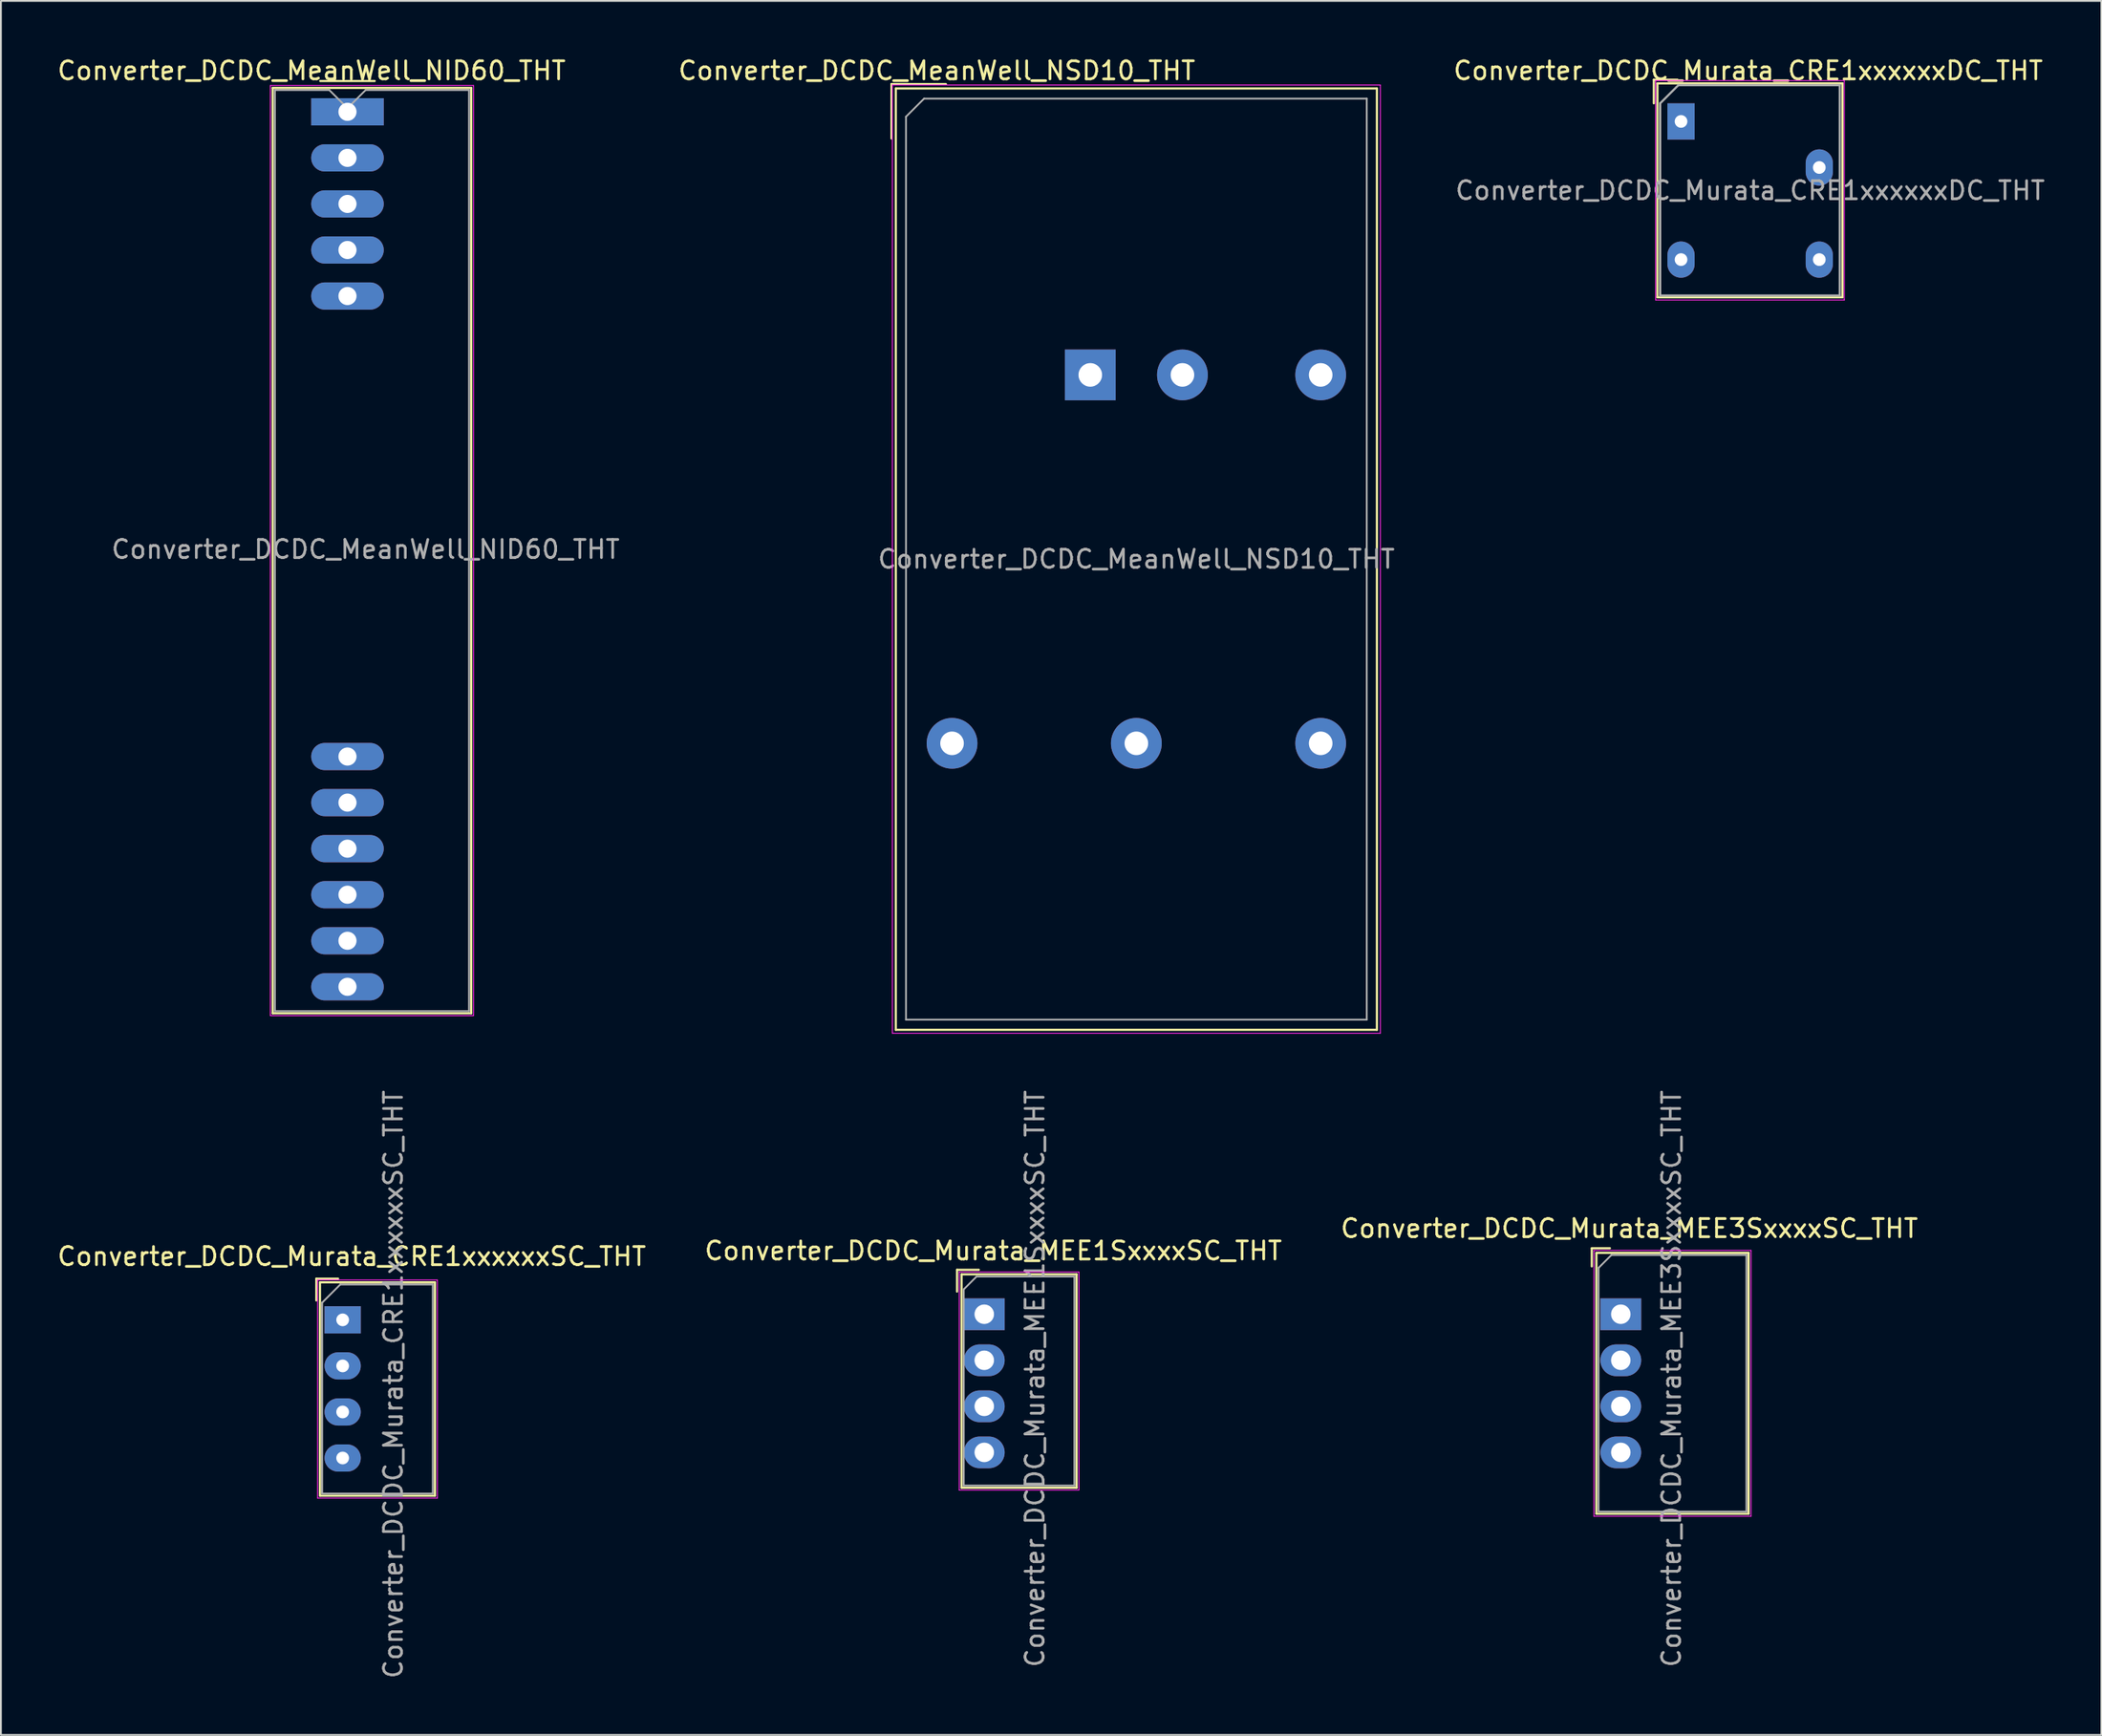
<source format=kicad_pcb>
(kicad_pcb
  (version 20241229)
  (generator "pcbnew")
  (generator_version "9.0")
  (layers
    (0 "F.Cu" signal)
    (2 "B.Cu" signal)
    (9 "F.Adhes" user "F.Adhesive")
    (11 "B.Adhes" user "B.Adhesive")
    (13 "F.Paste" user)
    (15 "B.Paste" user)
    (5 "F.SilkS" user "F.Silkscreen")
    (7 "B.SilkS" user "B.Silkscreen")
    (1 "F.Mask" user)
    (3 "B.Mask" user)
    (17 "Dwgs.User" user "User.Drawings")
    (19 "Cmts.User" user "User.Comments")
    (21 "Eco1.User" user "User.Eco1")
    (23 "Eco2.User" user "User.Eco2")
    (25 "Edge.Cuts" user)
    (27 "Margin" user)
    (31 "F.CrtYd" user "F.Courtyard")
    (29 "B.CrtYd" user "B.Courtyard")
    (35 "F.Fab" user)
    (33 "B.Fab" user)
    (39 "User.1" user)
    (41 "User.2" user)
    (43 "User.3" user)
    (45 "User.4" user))
  (footprint "Converter_DCDC_MeanWell_NID60_THT"
    (layer "F.Cu")
    (at 16.105 3.118)
    (property "Reference" "Converter_DCDC_MeanWell_NID60_THT" (at -1.98 -2.27 0) (layer "F.SilkS") (effects (font (size 1 1) (thickness 0.15))))
    (attr through_hole)
    (fp_line (start -4.12 -1.32) (end 6.82 -1.32) (stroke (width 0.12) (type solid)) (layer "F.SilkS"))
    (fp_line (start -4.12 49.72) (end -4.12 -1.32) (stroke (width 0.12) (type solid)) (layer "F.SilkS"))
    (fp_line (start 1.5 -1.7) (end -1.5 -1.7) (stroke (width 0.12) (type solid)) (layer "F.SilkS"))
    (fp_line (start 6.82 -1.32) (end 6.82 49.72) (stroke (width 0.12) (type solid)) (layer "F.SilkS"))
    (fp_line (start 6.82 49.72) (end -4.12 49.72) (stroke (width 0.12) (type solid)) (layer "F.SilkS"))
    (fp_line (start -4.25 -1.45) (end -4.25 49.85) (stroke (width 0.05) (type solid)) (layer "F.CrtYd"))
    (fp_line (start -4.25 -1.45) (end 6.95 -1.45) (stroke (width 0.05) (type solid)) (layer "F.CrtYd"))
    (fp_line (start -4.25 49.85) (end 6.95 49.85) (stroke (width 0.05) (type solid)) (layer "F.CrtYd"))
    (fp_line (start 6.95 -1.45) (end 6.95 49.85) (stroke (width 0.05) (type solid)) (layer "F.CrtYd"))
    (fp_line (start -4 49.6) (end -4 -1.2) (stroke (width 0.1) (type solid)) (layer "F.Fab"))
    (fp_line (start -1 -1.2) (end -4 -1.2) (stroke (width 0.1) (type solid)) (layer "F.Fab"))
    (fp_line (start -1 -1.2) (end 0 -0.2) (stroke (width 0.1) (type solid)) (layer "F.Fab"))
    (fp_line (start 0 -0.2) (end 1 -1.2) (stroke (width 0.1) (type solid)) (layer "F.Fab"))
    (fp_line (start 1 -1.2) (end 6.7 -1.2) (stroke (width 0.1) (type solid)) (layer "F.Fab"))
    (fp_line (start 6.7 -1.2) (end 6.7 49.6) (stroke (width 0.1) (type solid)) (layer "F.Fab"))
    (fp_line (start 6.7 49.6) (end -4 49.6) (stroke (width 0.1) (type solid)) (layer "F.Fab"))
    (fp_text user "${REFERENCE}" (at 1 24.13 0) (layer "F.Fab") (effects (font (size 1 1) (thickness 0.15))))
    (pad "1" thru_hole rect (at 0 0) (size 4 1.5) (drill 1) (layers "*.Cu" "*.Mask"))
    (pad "2" thru_hole oval (at 0 2.54) (size 4 1.5) (drill 1) (layers "*.Cu" "*.Mask"))
    (pad "3" thru_hole oval (at 0 5.08) (size 4 1.5) (drill 1) (layers "*.Cu" "*.Mask"))
    (pad "4" thru_hole oval (at 0 7.62) (size 4 1.5) (drill 1) (layers "*.Cu" "*.Mask"))
    (pad "5" thru_hole oval (at 0 10.16) (size 4 1.5) (drill 1) (layers "*.Cu" "*.Mask"))
    (pad "6" thru_hole oval (at 0 35.56) (size 4 1.5) (drill 1) (layers "*.Cu" "*.Mask"))
    (pad "7" thru_hole oval (at 0 38.1) (size 4 1.5) (drill 1) (layers "*.Cu" "*.Mask"))
    (pad "8" thru_hole oval (at 0 40.64) (size 4 1.5) (drill 1) (layers "*.Cu" "*.Mask"))
    (pad "9" thru_hole oval (at 0 43.18) (size 4 1.5) (drill 1) (layers "*.Cu" "*.Mask"))
    (pad "10" thru_hole oval (at 0 45.72) (size 4 1.5) (drill 1) (layers "*.Cu" "*.Mask"))
    (pad "11" thru_hole oval (at 0 48.26) (size 4 1.5) (drill 1) (layers "*.Cu" "*.Mask")))
  (footprint "Converter_DCDC_MeanWell_NSD10_THT"
    (layer "F.Cu")
    (at 57.053 17.628)
    (property "Reference" "Converter_DCDC_MeanWell_NSD10_THT" (at -8.46 -16.78 0) (layer "F.SilkS") (effects (font (size 1 1) (thickness 0.15))))
    (attr through_hole)
    (fp_line (start -10.96 -16.04) (end -7.96 -16.04) (stroke (width 0.12) (type solid)) (layer "F.SilkS"))
    (fp_line (start -10.96 -13.04) (end -10.96 -16.04) (stroke (width 0.12) (type solid)) (layer "F.SilkS"))
    (fp_line (start -10.72 -15.8) (end -10.72 36.12) (stroke (width 0.12) (type solid)) (layer "F.SilkS"))
    (fp_line (start -10.72 -15.8) (end 15.8 -15.8) (stroke (width 0.12) (type solid)) (layer "F.SilkS"))
    (fp_line (start -10.72 36.12) (end 15.8 36.12) (stroke (width 0.12) (type solid)) (layer "F.SilkS"))
    (fp_line (start 15.8 -15.8) (end 15.8 36.12) (stroke (width 0.12) (type solid)) (layer "F.SilkS"))
    (fp_line (start -10.91 -15.99) (end -10.91 36.31) (stroke (width 0.05) (type solid)) (layer "F.CrtYd"))
    (fp_line (start -10.91 -15.99) (end 15.99 -15.99) (stroke (width 0.05) (type solid)) (layer "F.CrtYd"))
    (fp_line (start -10.91 36.31) (end 15.99 36.31) (stroke (width 0.05) (type solid)) (layer "F.CrtYd"))
    (fp_line (start 15.99 -15.99) (end 15.99 36.31) (stroke (width 0.05) (type solid)) (layer "F.CrtYd"))
    (fp_line (start -10.16 -14.24) (end -9.16 -15.24) (stroke (width 0.1) (type solid)) (layer "F.Fab"))
    (fp_line (start -10.16 35.56) (end -10.16 -14.24) (stroke (width 0.1) (type solid)) (layer "F.Fab"))
    (fp_line (start -9.16 -15.24) (end 15.24 -15.24) (stroke (width 0.1) (type solid)) (layer "F.Fab"))
    (fp_line (start 15.24 -15.24) (end 15.24 35.56) (stroke (width 0.1) (type solid)) (layer "F.Fab"))
    (fp_line (start 15.24 35.56) (end -10.16 35.56) (stroke (width 0.1) (type solid)) (layer "F.Fab"))
    (fp_text user "${REFERENCE}" (at 2.54 10.16 0) (layer "F.Fab") (effects (font (size 1 1) (thickness 0.15))))
    (pad "1" thru_hole rect (at 0 0) (size 2.8 2.8) (drill 1.3) (layers "*.Cu" "*.Mask"))
    (pad "2" thru_hole circle (at 5.08 0) (size 2.8 2.8) (drill 1.3) (layers "*.Cu" "*.Mask"))
    (pad "3" thru_hole circle (at -7.62 20.32) (size 2.8 2.8) (drill 1.3) (layers "*.Cu" "*.Mask"))
    (pad "4" thru_hole circle (at 2.54 20.32) (size 2.8 2.8) (drill 1.3) (layers "*.Cu" "*.Mask"))
    (pad "5" thru_hole circle (at 12.7 20.32) (size 2.8 2.8) (drill 1.3) (layers "*.Cu" "*.Mask"))
    (pad "6" thru_hole circle (at 12.7 0) (size 2.8 2.8) (drill 1.3) (layers "*.Cu" "*.Mask")))
  (footprint "Converter_DCDC_Murata_MEE3SxxxxSC_THT"
    (layer "F.Cu")
    (at 86.298 69.437)
    (property "Reference" "Converter_DCDC_Murata_MEE3SxxxxSC_THT" (at 0.47 -4.73 180) (layer "F.SilkS") (effects (font (size 1 1) (thickness 0.15))))
    (attr through_hole)
    (fp_line (start -1.6 -3.64) (end -1.6 -2.64) (stroke (width 0.12) (type solid)) (layer "F.SilkS"))
    (fp_line (start -1.345 -3.385) (end -1.345 11.005) (stroke (width 0.12) (type solid)) (layer "F.SilkS"))
    (fp_line (start -0.6 -3.64) (end -1.6 -3.64) (stroke (width 0.12) (type solid)) (layer "F.SilkS"))
    (fp_line (start 7.045 -3.385) (end -1.345 -3.385) (stroke (width 0.12) (type solid)) (layer "F.SilkS"))
    (fp_line (start 7.045 -3.385) (end 7.045 11.005) (stroke (width 0.12) (type solid)) (layer "F.SilkS"))
    (fp_line (start 7.045 11.005) (end -1.345 11.005) (stroke (width 0.12) (type solid)) (layer "F.SilkS"))
    (fp_line (start -1.48 -3.52) (end -1.48 11.14) (stroke (width 0.05) (type solid)) (layer "F.CrtYd"))
    (fp_line (start 7.18 -3.52) (end -1.48 -3.52) (stroke (width 0.05) (type solid)) (layer "F.CrtYd"))
    (fp_line (start 7.18 -3.52) (end 7.18 11.14) (stroke (width 0.05) (type solid)) (layer "F.CrtYd"))
    (fp_line (start 7.18 11.14) (end -1.48 11.14) (stroke (width 0.05) (type solid)) (layer "F.CrtYd"))
    (fp_line (start -1.225 -2.558) (end -1.225 10.885) (stroke (width 0.1) (type solid)) (layer "F.Fab"))
    (fp_line (start -1.225 -2.558) (end -0.518 -3.265) (stroke (width 0.1) (type solid)) (layer "F.Fab"))
    (fp_line (start -1.225 10.885) (end 6.925 10.885) (stroke (width 0.1) (type solid)) (layer "F.Fab"))
    (fp_line (start -0.518 -3.265) (end 6.925 -3.265) (stroke (width 0.1) (type solid)) (layer "F.Fab"))
    (fp_line (start 6.925 -3.265) (end 6.925 10.885) (stroke (width 0.1) (type solid)) (layer "F.Fab"))
    (fp_text user "${REFERENCE}" (at 2.794 3.556 270) (layer "F.Fab") (effects (font (size 1 1) (thickness 0.15))))
    (pad "1" thru_hole rect (at 0 0 270) (size 1.75 2.25) (drill 1.075) (layers "*.Cu" "*.Mask"))
    (pad "2" thru_hole oval (at 0 2.54 270) (size 1.75 2.25) (drill 1.075) (layers "*.Cu" "*.Mask"))
    (pad "3" thru_hole oval (at 0 5.08 270) (size 1.75 2.25) (drill 1.075) (layers "*.Cu" "*.Mask"))
    (pad "4" thru_hole oval (at 0 7.62 270) (size 1.75 2.25) (drill 1.075) (layers "*.Cu" "*.Mask")))
  (footprint "Converter_DCDC_Murata_CRE1xxxxxxDC_THT"
    (layer "F.Cu")
    (at 89.619 3.648)
    (property "Reference" "Converter_DCDC_Murata_CRE1xxxxxxDC_THT" (at 3.7 -2.8 0) (layer "F.SilkS") (effects (font (size 1 1) (thickness 0.15))))
    (attr through_hole)
    (fp_line (start -1.5 -1) (end -1.5 -2.3) (stroke (width 0.12) (type solid)) (layer "F.SilkS"))
    (fp_line (start -1.3 -2.1) (end 8.9 -2.1) (stroke (width 0.12) (type solid)) (layer "F.SilkS"))
    (fp_line (start -1.3 9.7) (end -1.3 -2.1) (stroke (width 0.12) (type solid)) (layer "F.SilkS"))
    (fp_line (start -0.2 -2.3) (end -1.5 -2.3) (stroke (width 0.12) (type solid)) (layer "F.SilkS"))
    (fp_line (start 8.9 -2.1) (end 8.9 9.7) (stroke (width 0.12) (type solid)) (layer "F.SilkS"))
    (fp_line (start 8.9 9.7) (end -1.3 9.7) (stroke (width 0.12) (type solid)) (layer "F.SilkS"))
    (fp_line (start -1.4 -2.25) (end -1.4 9.85) (stroke (width 0.05) (type solid)) (layer "F.CrtYd"))
    (fp_line (start -1.4 -2.25) (end 9 -2.25) (stroke (width 0.05) (type solid)) (layer "F.CrtYd"))
    (fp_line (start 9 9.85) (end -1.4 9.85) (stroke (width 0.05) (type solid)) (layer "F.CrtYd"))
    (fp_line (start 9 9.85) (end 9 -2.25) (stroke (width 0.05) (type solid)) (layer "F.CrtYd"))
    (fp_line (start -1.15 -1) (end -0.15 -2) (stroke (width 0.12) (type solid)) (layer "F.Fab"))
    (fp_line (start -1.15 9.6) (end -1.15 -1) (stroke (width 0.12) (type solid)) (layer "F.Fab"))
    (fp_line (start -0.15 -2) (end 8.75 -2) (stroke (width 0.12) (type solid)) (layer "F.Fab"))
    (fp_line (start 8.75 -2) (end 8.75 9.6) (stroke (width 0.12) (type solid)) (layer "F.Fab"))
    (fp_line (start 8.75 9.6) (end -1.15 9.6) (stroke (width 0.12) (type solid)) (layer "F.Fab"))
    (fp_text user "${REFERENCE}" (at 3.81 3.81 0) (layer "F.Fab") (effects (font (size 1 1) (thickness 0.15))))
    (pad "1" thru_hole rect (at 0 0) (size 1.5 2) (drill 0.7) (layers "*.Cu" "*.Mask"))
    (pad "4" thru_hole oval (at 0 7.62) (size 1.5 2) (drill 0.7) (layers "*.Cu" "*.Mask"))
    (pad "5" thru_hole oval (at 7.62 7.62) (size 1.5 2) (drill 0.7) (layers "*.Cu" "*.Mask"))
    (pad "7" thru_hole oval (at 7.62 2.54) (size 1.5 2) (drill 0.7) (layers "*.Cu" "*.Mask")))
  (footprint "Converter_DCDC_Murata_MEE1SxxxxSC_THT"
    (layer "F.Cu")
    (at 51.208 69.437)
    (property "Reference" "Converter_DCDC_Murata_MEE1SxxxxSC_THT" (at 0.5 -3.5 180) (layer "F.SilkS") (effects (font (size 1 1) (thickness 0.15))))
    (attr through_hole)
    (fp_line (start -1.5 -2.45) (end -1.5 -1.25) (stroke (width 0.12) (type solid)) (layer "F.SilkS"))
    (fp_line (start -1.25 -2.2) (end -1.25 9.57) (stroke (width 0.12) (type solid)) (layer "F.SilkS"))
    (fp_line (start -0.3 -2.45) (end -1.5 -2.45) (stroke (width 0.12) (type solid)) (layer "F.SilkS"))
    (fp_line (start 5.09 -2.2) (end -1.25 -2.2) (stroke (width 0.12) (type solid)) (layer "F.SilkS"))
    (fp_line (start 5.09 -2.2) (end 5.09 9.57) (stroke (width 0.12) (type solid)) (layer "F.SilkS"))
    (fp_line (start 5.09 9.57) (end -1.25 9.57) (stroke (width 0.12) (type solid)) (layer "F.SilkS"))
    (fp_line (start -1.38 -2.33) (end -1.38 9.7) (stroke (width 0.05) (type solid)) (layer "F.CrtYd"))
    (fp_line (start 5.22 -2.33) (end -1.38 -2.33) (stroke (width 0.05) (type solid)) (layer "F.CrtYd"))
    (fp_line (start 5.22 -2.33) (end 5.22 9.7) (stroke (width 0.05) (type solid)) (layer "F.CrtYd"))
    (fp_line (start 5.22 9.7) (end -1.38 9.7) (stroke (width 0.05) (type solid)) (layer "F.CrtYd"))
    (fp_line (start -1.13 -1.373) (end -1.13 9.45) (stroke (width 0.1) (type solid)) (layer "F.Fab"))
    (fp_line (start -1.13 9.45) (end 4.97 9.45) (stroke (width 0.1) (type solid)) (layer "F.Fab"))
    (fp_line (start -0.423 -2.08) (end -1.13 -1.373) (stroke (width 0.1) (type solid)) (layer "F.Fab"))
    (fp_line (start -0.423 -2.08) (end 4.97 -2.08) (stroke (width 0.1) (type solid)) (layer "F.Fab"))
    (fp_line (start 4.97 -2.08) (end 4.97 9.45) (stroke (width 0.1) (type solid)) (layer "F.Fab"))
    (fp_text user "${REFERENCE}" (at 2.794 3.556 270) (layer "F.Fab") (effects (font (size 1 1) (thickness 0.15))))
    (pad "1" thru_hole rect (at 0 0 270) (size 1.75 2.25) (drill 1.075) (layers "*.Cu" "*.Mask"))
    (pad "2" thru_hole oval (at 0 2.54 270) (size 1.75 2.25) (drill 1.075) (layers "*.Cu" "*.Mask"))
    (pad "3" thru_hole oval (at 0 5.08 270) (size 1.75 2.25) (drill 1.075) (layers "*.Cu" "*.Mask"))
    (pad "4" thru_hole oval (at 0 7.62 270) (size 1.75 2.25) (drill 1.075) (layers "*.Cu" "*.Mask")))
  (footprint "Converter_DCDC_Murata_CRE1xxxxxxSC_THT"
    (layer "F.Cu")
    (at 15.839 69.747)
    (property "Reference" "Converter_DCDC_Murata_CRE1xxxxxxSC_THT" (at 0.5 -3.5 180) (layer "F.SilkS") (effects (font (size 1 1) (thickness 0.15))))
    (attr through_hole)
    (fp_line (start -1.45 -2.27) (end -1.45 -1.07) (stroke (width 0.12) (type solid)) (layer "F.SilkS"))
    (fp_line (start -1.25 -2.07) (end -1.25 9.7) (stroke (width 0.12) (type solid)) (layer "F.SilkS"))
    (fp_line (start -0.25 -2.27) (end -1.45 -2.27) (stroke (width 0.12) (type solid)) (layer "F.SilkS"))
    (fp_line (start 5.09 -2.07) (end -1.25 -2.07) (stroke (width 0.12) (type solid)) (layer "F.SilkS"))
    (fp_line (start 5.09 -2.07) (end 5.09 9.7) (stroke (width 0.12) (type solid)) (layer "F.SilkS"))
    (fp_line (start 5.09 9.7) (end -1.25 9.7) (stroke (width 0.12) (type solid)) (layer "F.SilkS"))
    (fp_line (start -1.38 -2.2) (end -1.38 9.83) (stroke (width 0.05) (type solid)) (layer "F.CrtYd"))
    (fp_line (start 5.22 -2.2) (end -1.38 -2.2) (stroke (width 0.05) (type solid)) (layer "F.CrtYd"))
    (fp_line (start 5.22 -2.2) (end 5.22 9.83) (stroke (width 0.05) (type solid)) (layer "F.CrtYd"))
    (fp_line (start 5.22 9.83) (end -1.38 9.83) (stroke (width 0.05) (type solid)) (layer "F.CrtYd"))
    (fp_line (start -1.13 -0.95) (end -1.13 9.58) (stroke (width 0.1) (type solid)) (layer "F.Fab"))
    (fp_line (start -1.13 9.58) (end 4.97 9.58) (stroke (width 0.1) (type solid)) (layer "F.Fab"))
    (fp_line (start -0.13 -1.95) (end -1.13 -0.95) (stroke (width 0.1) (type solid)) (layer "F.Fab"))
    (fp_line (start -0.13 -1.95) (end 4.97 -1.95) (stroke (width 0.1) (type solid)) (layer "F.Fab"))
    (fp_line (start 4.97 -1.95) (end 4.97 9.58) (stroke (width 0.1) (type solid)) (layer "F.Fab"))
    (fp_text user "${REFERENCE}" (at 2.794 3.556 270) (layer "F.Fab") (effects (font (size 1 1) (thickness 0.15))))
    (pad "1" thru_hole rect (at 0 0 270) (size 1.5 2) (drill 0.7) (layers "*.Cu" "*.Mask"))
    (pad "2" thru_hole oval (at 0 2.54 270) (size 1.5 2) (drill 0.7) (layers "*.Cu" "*.Mask"))
    (pad "3" thru_hole oval (at 0 5.08 270) (size 1.5 2) (drill 0.7) (layers "*.Cu" "*.Mask"))
    (pad "4" thru_hole oval (at 0 7.62 270) (size 1.5 2) (drill 0.7) (layers "*.Cu" "*.Mask")))
  (gr_rect
    (start -3 -3)
    (end 112.792 92.642)
    (stroke (width 0.1) (type default))
    (fill no)
    (layer "Edge.Cuts")))
</source>
